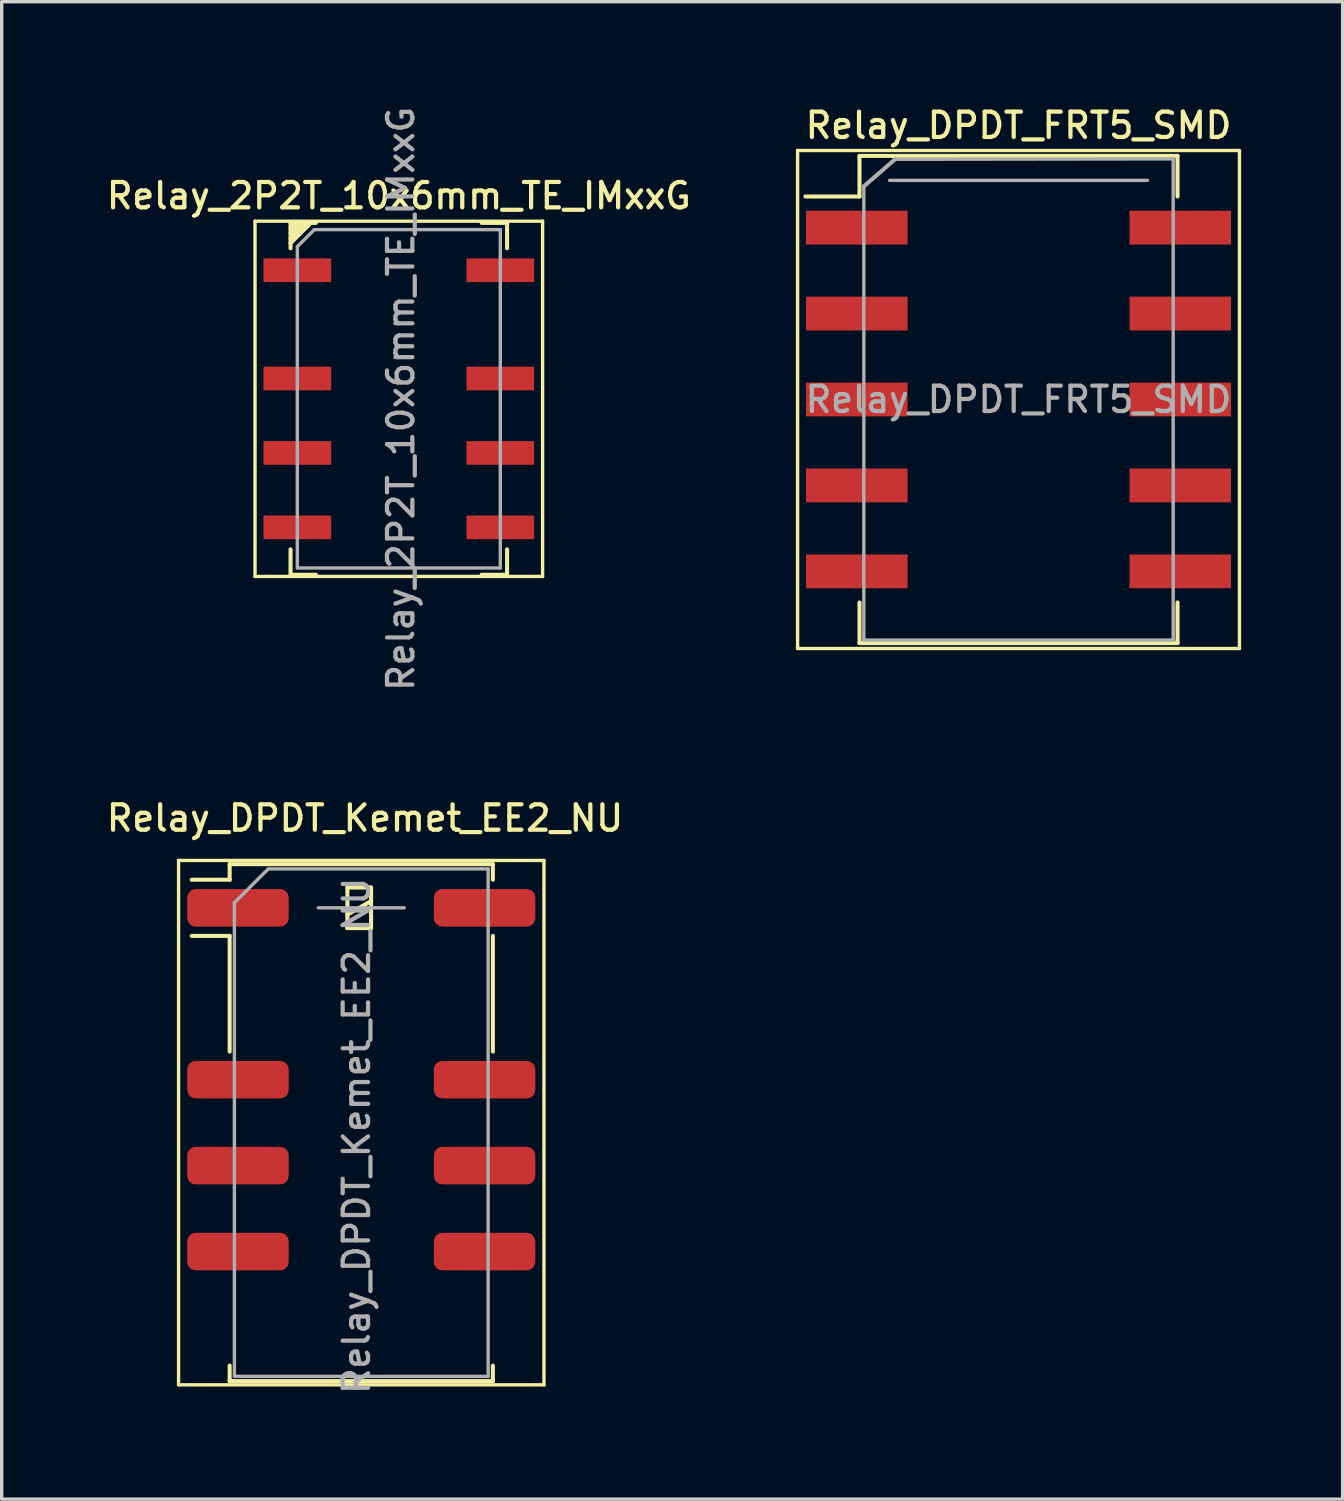
<source format=kicad_pcb>
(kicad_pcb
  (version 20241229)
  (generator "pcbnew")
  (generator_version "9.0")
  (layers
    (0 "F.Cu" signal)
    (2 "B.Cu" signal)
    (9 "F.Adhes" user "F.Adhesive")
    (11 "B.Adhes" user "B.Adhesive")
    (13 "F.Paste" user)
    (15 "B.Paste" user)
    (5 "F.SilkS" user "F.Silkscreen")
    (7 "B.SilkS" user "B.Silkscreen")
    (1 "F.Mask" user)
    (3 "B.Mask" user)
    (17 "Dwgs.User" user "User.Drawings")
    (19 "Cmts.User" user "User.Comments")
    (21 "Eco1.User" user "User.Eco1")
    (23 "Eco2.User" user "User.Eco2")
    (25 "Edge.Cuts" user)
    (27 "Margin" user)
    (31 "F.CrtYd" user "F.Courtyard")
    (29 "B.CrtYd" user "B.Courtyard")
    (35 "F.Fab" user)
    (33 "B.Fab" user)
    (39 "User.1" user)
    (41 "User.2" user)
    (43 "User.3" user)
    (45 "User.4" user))
  (footprint "Relay_DPDT_FRT5_SMD"
    (layer "F.Cu")
    (at 27.055 8.758)
    (property "Reference" "Relay_DPDT_FRT5_SMD" (at 0 -8.1 0) (layer "F.SilkS") (effects (font (size 0.75 0.75) (thickness 0.125))))
    (attr smd)
    (fp_line (start -6.53 -7.36) (end -6.53 7.36) (stroke (width 0.1) (type solid)) (layer "F.SilkS"))
    (fp_line (start -6.53 -7.36) (end 6.53 -7.36) (stroke (width 0.1) (type solid)) (layer "F.SilkS"))
    (fp_line (start -4.7 -7.2) (end -4.7 -6) (stroke (width 0.12) (type solid)) (layer "F.SilkS"))
    (fp_line (start -4.7 -7.2) (end 4.7 -7.2) (stroke (width 0.12) (type solid)) (layer "F.SilkS"))
    (fp_line (start -4.7 -6) (end -6.3 -6) (stroke (width 0.12) (type solid)) (layer "F.SilkS"))
    (fp_line (start -4.7 7.2) (end -4.7 6) (stroke (width 0.12) (type solid)) (layer "F.SilkS"))
    (fp_line (start 4.7 -7.2) (end 4.7 -6) (stroke (width 0.12) (type solid)) (layer "F.SilkS"))
    (fp_line (start 4.7 7.2) (end -4.7 7.2) (stroke (width 0.12) (type solid)) (layer "F.SilkS"))
    (fp_line (start 4.7 7.2) (end 4.7 6) (stroke (width 0.12) (type solid)) (layer "F.SilkS"))
    (fp_line (start 6.53 7.36) (end -6.53 7.36) (stroke (width 0.1) (type solid)) (layer "F.SilkS"))
    (fp_line (start 6.53 7.36) (end 6.53 -7.36) (stroke (width 0.1) (type solid)) (layer "F.SilkS"))
    (fp_line (start -4.572 -6.3) (end -3.65 -7.1) (stroke (width 0.12) (type solid)) (layer "F.Fab"))
    (fp_line (start -4.572 7.112) (end -4.572 -6.3) (stroke (width 0.1) (type solid)) (layer "F.Fab"))
    (fp_line (start -3.81 -6.477) (end 3.81 -6.477) (stroke (width 0.1) (type solid)) (layer "F.Fab"))
    (fp_line (start -3.65 -7.1) (end 4.572 -7.112) (stroke (width 0.1) (type solid)) (layer "F.Fab"))
    (fp_line (start 4.572 -7.112) (end 4.572 7.112) (stroke (width 0.1) (type solid)) (layer "F.Fab"))
    (fp_line (start 4.572 7.112) (end -4.572 7.112) (stroke (width 0.1) (type solid)) (layer "F.Fab"))
    (fp_text user "${REFERENCE}" (at 0 0 0) (layer "F.Fab") (effects (font (size 0.75 0.75) (thickness 0.125))))
    (pad "1" smd rect (at -4.78 -5.08) (size 3 1) (layers "F.Cu" "F.Mask" "F.Paste"))
    (pad "2" smd rect (at -4.78 -2.54) (size 3 1) (layers "F.Cu" "F.Mask" "F.Paste"))
    (pad "3" smd rect (at -4.78 0) (size 3 1) (layers "F.Cu" "F.Mask" "F.Paste"))
    (pad "4" smd rect (at -4.78 2.54) (size 3 1) (layers "F.Cu" "F.Mask" "F.Paste"))
    (pad "5" smd rect (at -4.78 5.08) (size 3 1) (layers "F.Cu" "F.Mask" "F.Paste"))
    (pad "6" smd rect (at 4.78 5.08) (size 3 1) (layers "F.Cu" "F.Mask" "F.Paste"))
    (pad "7" smd rect (at 4.78 2.54) (size 3 1) (layers "F.Cu" "F.Mask" "F.Paste"))
    (pad "8" smd rect (at 4.78 0) (size 3 1) (layers "F.Cu" "F.Mask" "F.Paste"))
    (pad "9" smd rect (at 4.78 -2.54) (size 3 1) (layers "F.Cu" "F.Mask" "F.Paste"))
    (pad "10" smd rect (at 4.78 -5.08) (size 3 1) (layers "F.Cu" "F.Mask" "F.Paste")))
  (footprint "Relay_2P2T_10x6mm_TE_IMxxG"
    (layer "F.Cu")
    (at 8.738 8.738)
    (property "Reference" "Relay_2P2T_10x6mm_TE_IMxxG" (at 0 -6 0) (layer "F.SilkS") (effects (font (size 0.75 0.75) (thickness 0.125))))
    (attr smd)
    (fp_line (start -4.25 -5.25) (end -4.25 5.25) (stroke (width 0.1) (type solid)) (layer "F.SilkS"))
    (fp_line (start -4.25 5.25) (end 4.25 5.25) (stroke (width 0.1) (type solid)) (layer "F.SilkS"))
    (fp_line (start -3.2 -5.2) (end -3.2 -4.45) (stroke (width 0.12) (type solid)) (layer "F.SilkS"))
    (fp_line (start -3.2 4.45) (end -3.2 5.2) (stroke (width 0.12) (type solid)) (layer "F.SilkS"))
    (fp_line (start -3.2 5.2) (end -2.45 5.2) (stroke (width 0.12) (type solid)) (layer "F.SilkS"))
    (fp_line (start -3.05 -5.2) (end -3.2 -5.05) (stroke (width 0.12) (type solid)) (layer "F.SilkS"))
    (fp_line (start -2.9 -5.2) (end -3.2 -4.9) (stroke (width 0.12) (type solid)) (layer "F.SilkS"))
    (fp_line (start -2.75 -5.2) (end -3.2 -4.75) (stroke (width 0.12) (type solid)) (layer "F.SilkS"))
    (fp_line (start -2.6 -5.2) (end -3.2 -4.6) (stroke (width 0.12) (type solid)) (layer "F.SilkS"))
    (fp_line (start -2.45 -5.2) (end -3.2 -5.2) (stroke (width 0.12) (type solid)) (layer "F.SilkS"))
    (fp_line (start 2.45 -5.2) (end 3.2 -5.2) (stroke (width 0.12) (type solid)) (layer "F.SilkS"))
    (fp_line (start 2.45 5.2) (end 3.2 5.2) (stroke (width 0.12) (type solid)) (layer "F.SilkS"))
    (fp_line (start 3.2 -5.2) (end 3.2 -4.45) (stroke (width 0.12) (type solid)) (layer "F.SilkS"))
    (fp_line (start 3.2 4.45) (end 3.2 5.2) (stroke (width 0.12) (type solid)) (layer "F.SilkS"))
    (fp_line (start 4.25 -5.25) (end -4.25 -5.25) (stroke (width 0.1) (type solid)) (layer "F.SilkS"))
    (fp_line (start 4.25 5.25) (end 4.25 -5.25) (stroke (width 0.1) (type solid)) (layer "F.SilkS"))
    (fp_line (start -3 -4.5) (end -2.5 -5) (stroke (width 0.1) (type solid)) (layer "F.Fab"))
    (fp_line (start -3 5) (end -3 -4.5) (stroke (width 0.1) (type solid)) (layer "F.Fab"))
    (fp_line (start -2.5 -5) (end 3 -5) (stroke (width 0.1) (type solid)) (layer "F.Fab"))
    (fp_line (start 3 -5) (end 3 5) (stroke (width 0.1) (type solid)) (layer "F.Fab"))
    (fp_line (start 3 5) (end -3 5) (stroke (width 0.1) (type solid)) (layer "F.Fab"))
    (fp_text user "${REFERENCE}" (at 0.06 0 90) (layer "F.Fab") (effects (font (size 0.75 0.75) (thickness 0.125))))
    (pad "1" smd rect (at -3 -3.8) (size 2 0.7) (layers "F.Cu" "F.Mask" "F.Paste"))
    (pad "2" smd rect (at -3 -0.6) (size 2 0.7) (layers "F.Cu" "F.Mask" "F.Paste"))
    (pad "3" smd rect (at -3 1.6) (size 2 0.7) (layers "F.Cu" "F.Mask" "F.Paste"))
    (pad "4" smd rect (at -3 3.8) (size 2 0.7) (layers "F.Cu" "F.Mask" "F.Paste"))
    (pad "5" smd rect (at 3 3.8) (size 2 0.7) (layers "F.Cu" "F.Mask" "F.Paste"))
    (pad "6" smd rect (at 3 1.6) (size 2 0.7) (layers "F.Cu" "F.Mask" "F.Paste"))
    (pad "7" smd rect (at 3 -0.6) (size 2 0.7) (layers "F.Cu" "F.Mask" "F.Paste"))
    (pad "8" smd rect (at 3 -3.8) (size 2 0.7) (layers "F.Cu" "F.Mask" "F.Paste")))
  (footprint "Relay_DPDT_Kemet_EE2_NU"
    (layer "F.Cu")
    (at 7.628 30.133)
    (property "Reference" "Relay_DPDT_Kemet_EE2_NU" (at 0.11 -9 180) (layer "F.SilkS") (effects (font (size 0.75 0.75) (thickness 0.125))))
    (attr smd)
    (fp_line (start -5.4 -7.75) (end -5.4 7.75) (stroke (width 0.1) (type solid)) (layer "F.SilkS"))
    (fp_line (start -5.4 7.75) (end 5.4 7.75) (stroke (width 0.1) (type solid)) (layer "F.SilkS"))
    (fp_line (start -3.89 -7.64) (end -3.89 -7.18) (stroke (width 0.12) (type solid)) (layer "F.SilkS"))
    (fp_line (start -3.89 -7.18) (end -5.01 -7.18) (stroke (width 0.12) (type solid)) (layer "F.SilkS"))
    (fp_line (start -3.89 -5.52) (end -5.01 -5.52) (stroke (width 0.12) (type solid)) (layer "F.SilkS"))
    (fp_line (start -3.89 -5.52) (end -3.89 -2.1) (stroke (width 0.12) (type solid)) (layer "F.SilkS"))
    (fp_line (start -3.89 7.18) (end -3.89 7.64) (stroke (width 0.12) (type solid)) (layer "F.SilkS"))
    (fp_line (start -0.41 -6.95) (end -0.41 -5.75) (stroke (width 0.12) (type solid)) (layer "F.SilkS"))
    (fp_line (start -0.41 -6.15) (end 0.29 -6.55) (stroke (width 0.12) (type solid)) (layer "F.SilkS"))
    (fp_line (start -0.41 -5.75) (end 0.29 -5.75) (stroke (width 0.12) (type solid)) (layer "F.SilkS"))
    (fp_line (start 0.29 -6.95) (end -0.41 -6.95) (stroke (width 0.12) (type solid)) (layer "F.SilkS"))
    (fp_line (start 0.29 -5.75) (end 0.29 -6.95) (stroke (width 0.12) (type solid)) (layer "F.SilkS"))
    (fp_line (start 3.89 -7.64) (end -3.89 -7.64) (stroke (width 0.12) (type solid)) (layer "F.SilkS"))
    (fp_line (start 3.89 -7.64) (end 3.89 -7.18) (stroke (width 0.12) (type solid)) (layer "F.SilkS"))
    (fp_line (start 3.89 -5.52) (end 3.89 -2.1) (stroke (width 0.12) (type solid)) (layer "F.SilkS"))
    (fp_line (start 3.89 7.18) (end 3.89 7.64) (stroke (width 0.12) (type solid)) (layer "F.SilkS"))
    (fp_line (start 3.89 7.64) (end -3.89 7.64) (stroke (width 0.12) (type solid)) (layer "F.SilkS"))
    (fp_line (start 5.4 -7.75) (end -5.4 -7.75) (stroke (width 0.1) (type solid)) (layer "F.SilkS"))
    (fp_line (start 5.4 -7.75) (end 5.4 7.75) (stroke (width 0.1) (type solid)) (layer "F.SilkS"))
    (fp_line (start -3.75 -6.5) (end -3.75 7.5) (stroke (width 0.1) (type solid)) (layer "F.Fab"))
    (fp_line (start -3.75 -6.5) (end -2.75 -7.5) (stroke (width 0.1) (type solid)) (layer "F.Fab"))
    (fp_line (start -1.27 -6.35) (end 1.27 -6.35) (stroke (width 0.1) (type solid)) (layer "F.Fab"))
    (fp_line (start 3.75 -7.5) (end -2.75 -7.5) (stroke (width 0.1) (type solid)) (layer "F.Fab"))
    (fp_line (start 3.75 -7.5) (end 3.75 7.5) (stroke (width 0.1) (type solid)) (layer "F.Fab"))
    (fp_line (start 3.75 7.5) (end -3.75 7.5) (stroke (width 0.1) (type solid)) (layer "F.Fab"))
    (fp_text user "${REFERENCE}" (at -0.14 0.39 90) (layer "F.Fab") (effects (font (size 0.75 0.75) (thickness 0.125))))
    (pad "1" smd roundrect (at -3.645 -6.35 270) (size 1.11 3) (layers "F.Cu" "F.Mask" "F.Paste") (roundrect_rratio 0.225))
    (pad "3" smd roundrect (at -3.645 -1.27 270) (size 1.11 3) (layers "F.Cu" "F.Mask" "F.Paste") (roundrect_rratio 0.225))
    (pad "4" smd roundrect (at -3.645 1.27 270) (size 1.11 3) (layers "F.Cu" "F.Mask" "F.Paste") (roundrect_rratio 0.225))
    (pad "5" smd roundrect (at -3.645 3.81 270) (size 1.11 3) (layers "F.Cu" "F.Mask" "F.Paste") (roundrect_rratio 0.225))
    (pad "8" smd roundrect (at 3.645 3.81 270) (size 1.11 3) (layers "F.Cu" "F.Mask" "F.Paste") (roundrect_rratio 0.225))
    (pad "9" smd roundrect (at 3.645 1.27 270) (size 1.11 3) (layers "F.Cu" "F.Mask" "F.Paste") (roundrect_rratio 0.225))
    (pad "10" smd roundrect (at 3.645 -1.27 270) (size 1.11 3) (layers "F.Cu" "F.Mask" "F.Paste") (roundrect_rratio 0.225))
    (pad "12" smd roundrect (at 3.645 -6.35 270) (size 1.11 3) (layers "F.Cu" "F.Mask" "F.Paste") (roundrect_rratio 0.225)))
  (gr_rect
    (start -3 -3)
    (end 36.635 41.261)
    (stroke (width 0.1) (type default))
    (fill no)
    (layer "Edge.Cuts")))
</source>
